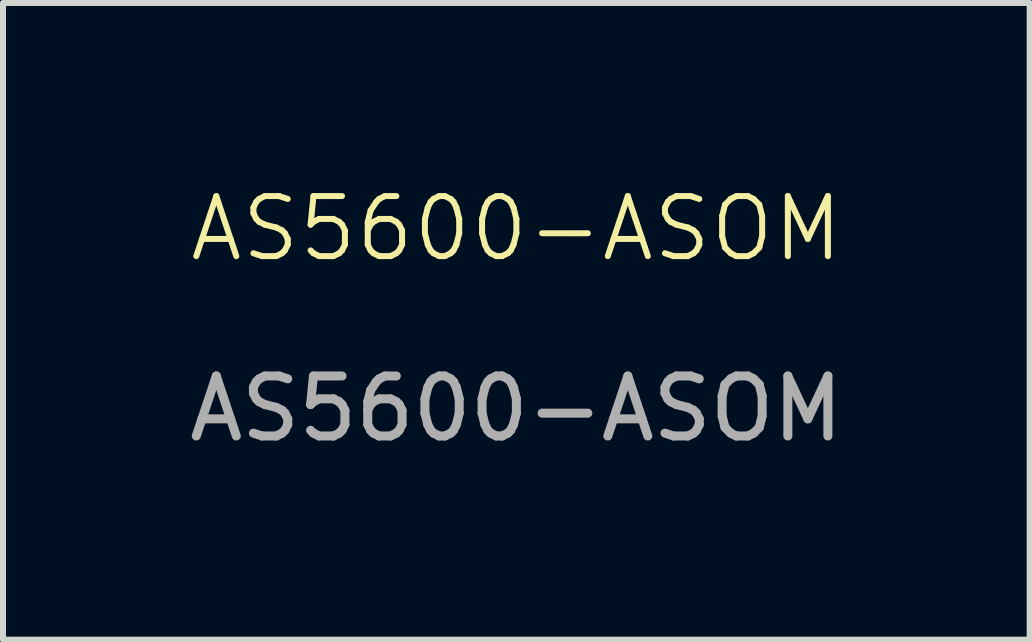
<source format=kicad_pcb>
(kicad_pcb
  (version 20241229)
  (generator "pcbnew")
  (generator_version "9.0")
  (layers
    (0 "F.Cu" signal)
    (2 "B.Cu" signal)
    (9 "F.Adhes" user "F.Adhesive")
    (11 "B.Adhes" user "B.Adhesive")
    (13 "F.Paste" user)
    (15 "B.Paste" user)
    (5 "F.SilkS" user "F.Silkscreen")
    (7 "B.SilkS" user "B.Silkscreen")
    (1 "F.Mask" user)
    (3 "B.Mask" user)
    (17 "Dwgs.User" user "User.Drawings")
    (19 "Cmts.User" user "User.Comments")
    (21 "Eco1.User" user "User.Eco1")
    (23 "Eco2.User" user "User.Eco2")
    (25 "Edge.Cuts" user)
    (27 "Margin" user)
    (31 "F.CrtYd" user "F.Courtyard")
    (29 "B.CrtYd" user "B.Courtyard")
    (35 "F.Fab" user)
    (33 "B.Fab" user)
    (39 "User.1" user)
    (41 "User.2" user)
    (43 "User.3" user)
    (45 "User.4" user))
  (footprint "AS5600-ASOM"
    (layer "F.Cu")
    (at 5.554 1.26)
    (property "Reference" "AS5600-ASOM" (at 0 -0.5 0) (unlocked yes) (layer "F.SilkS") (effects (font (size 1 1) (thickness 0.1))))
    (attr smd)
    (fp_text user "${REFERENCE}" (at 0 2.5 0) (unlocked yes) (layer "F.Fab") (effects (font (size 1 1) (thickness 0.15)))))
  (gr_rect
    (start -3 -3)
    (end 14.107 7.609)
    (stroke (width 0.1) (type default))
    (fill no)
    (layer "Edge.Cuts")))
</source>
